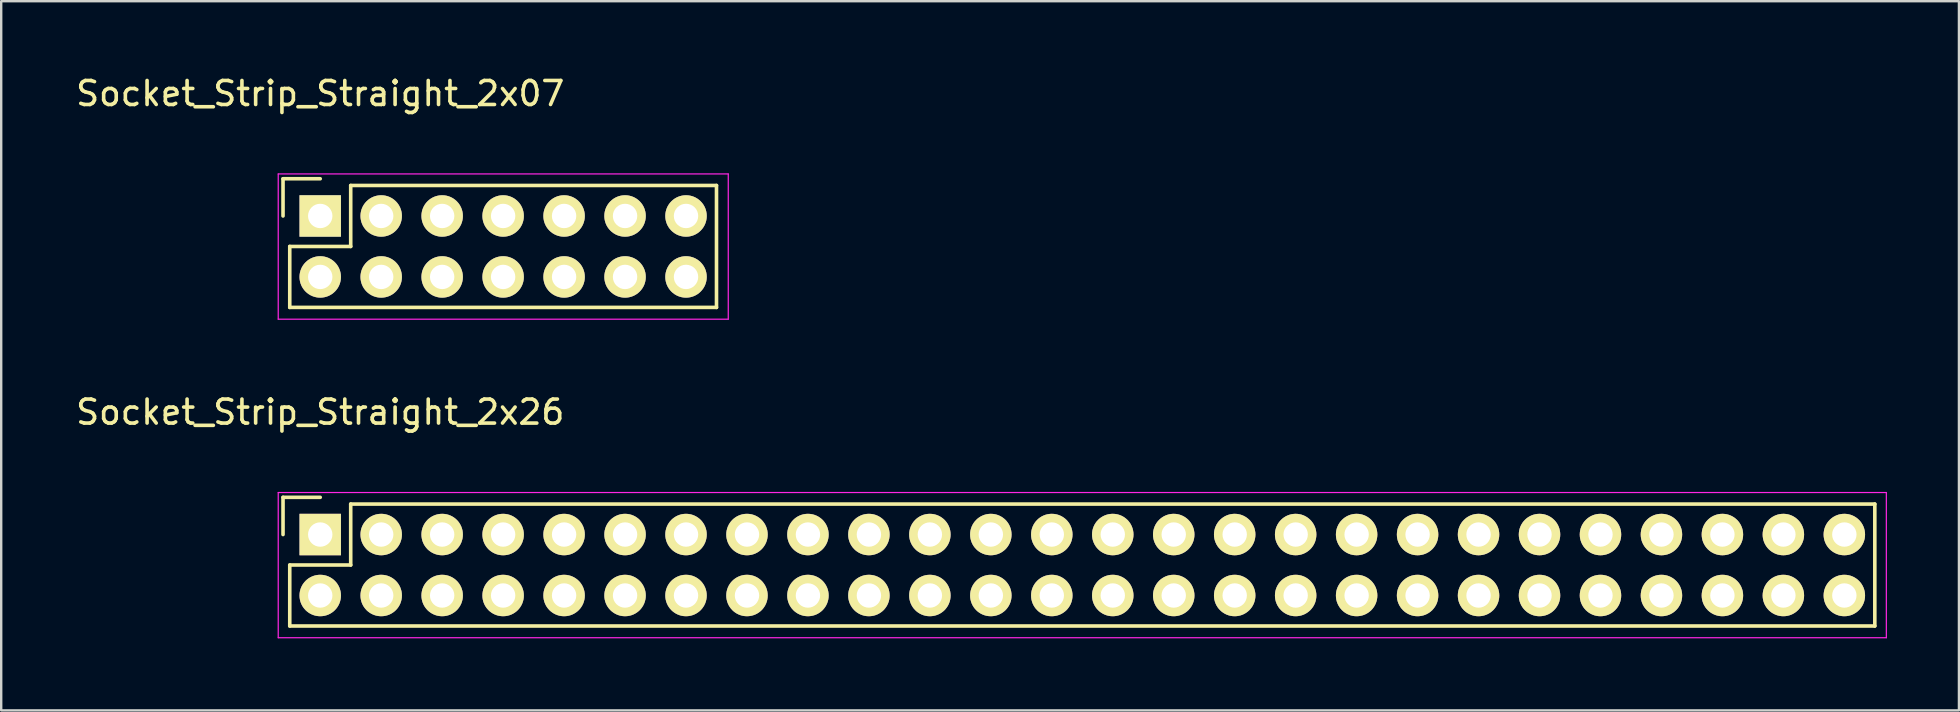
<source format=kicad_pcb>
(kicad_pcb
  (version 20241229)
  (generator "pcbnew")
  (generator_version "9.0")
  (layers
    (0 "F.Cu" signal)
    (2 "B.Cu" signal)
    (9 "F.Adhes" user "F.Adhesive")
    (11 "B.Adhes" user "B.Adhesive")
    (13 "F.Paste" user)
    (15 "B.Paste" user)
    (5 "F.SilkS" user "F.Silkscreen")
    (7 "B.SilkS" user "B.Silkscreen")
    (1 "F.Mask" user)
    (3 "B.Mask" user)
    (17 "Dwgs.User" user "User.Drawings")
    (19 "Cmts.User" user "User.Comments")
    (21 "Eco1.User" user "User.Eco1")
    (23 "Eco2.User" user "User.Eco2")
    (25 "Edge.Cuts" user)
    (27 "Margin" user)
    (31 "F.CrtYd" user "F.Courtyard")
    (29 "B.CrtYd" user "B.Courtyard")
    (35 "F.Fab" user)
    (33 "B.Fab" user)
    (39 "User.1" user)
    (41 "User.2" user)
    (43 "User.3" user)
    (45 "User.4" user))
  (footprint "Socket_Strip_Straight_2x26"
    (layer "F.Cu")
    (at 10.292 19.221)
    (property "Reference" "Socket_Strip_Straight_2x26" (at 0 -5.1 0) (layer "F.SilkS") (effects (font (size 1 1) (thickness 0.15))))
    (attr through_hole)
    (fp_line (start -1.55 -1.55) (end -1.55 0) (stroke (width 0.15) (type solid)) (layer "F.SilkS"))
    (fp_line (start -1.27 1.27) (end 1.27 1.27) (stroke (width 0.15) (type solid)) (layer "F.SilkS"))
    (fp_line (start -1.27 3.81) (end -1.27 1.27) (stroke (width 0.15) (type solid)) (layer "F.SilkS"))
    (fp_line (start -1.27 3.81) (end 64.77 3.81) (stroke (width 0.15) (type solid)) (layer "F.SilkS"))
    (fp_line (start 0 -1.55) (end -1.55 -1.55) (stroke (width 0.15) (type solid)) (layer "F.SilkS"))
    (fp_line (start 1.27 1.27) (end 1.27 -1.27) (stroke (width 0.15) (type solid)) (layer "F.SilkS"))
    (fp_line (start 64.77 -1.27) (end 1.27 -1.27) (stroke (width 0.15) (type solid)) (layer "F.SilkS"))
    (fp_line (start 64.77 3.81) (end 64.77 -1.27) (stroke (width 0.15) (type solid)) (layer "F.SilkS"))
    (fp_line (start -1.75 -1.75) (end -1.75 4.3) (stroke (width 0.05) (type solid)) (layer "F.CrtYd"))
    (fp_line (start -1.75 -1.75) (end 65.25 -1.75) (stroke (width 0.05) (type solid)) (layer "F.CrtYd"))
    (fp_line (start -1.75 4.3) (end 65.25 4.3) (stroke (width 0.05) (type solid)) (layer "F.CrtYd"))
    (fp_line (start 65.25 -1.75) (end 65.25 4.3) (stroke (width 0.05) (type solid)) (layer "F.CrtYd"))
    (pad "1" thru_hole rect (at 0 0) (size 1.727 1.727) (drill 1.016) (layers "*.Cu" "*.Mask" "F.SilkS"))
    (pad "2" thru_hole oval (at 0 2.54) (size 1.727 1.727) (drill 1.016) (layers "*.Cu" "*.Mask" "F.SilkS"))
    (pad "3" thru_hole oval (at 2.54 0) (size 1.727 1.727) (drill 1.016) (layers "*.Cu" "*.Mask" "F.SilkS"))
    (pad "4" thru_hole oval (at 2.54 2.54) (size 1.727 1.727) (drill 1.016) (layers "*.Cu" "*.Mask" "F.SilkS"))
    (pad "5" thru_hole oval (at 5.08 0) (size 1.727 1.727) (drill 1.016) (layers "*.Cu" "*.Mask" "F.SilkS"))
    (pad "6" thru_hole oval (at 5.08 2.54) (size 1.727 1.727) (drill 1.016) (layers "*.Cu" "*.Mask" "F.SilkS"))
    (pad "7" thru_hole oval (at 7.62 0) (size 1.727 1.727) (drill 1.016) (layers "*.Cu" "*.Mask" "F.SilkS"))
    (pad "8" thru_hole oval (at 7.62 2.54) (size 1.727 1.727) (drill 1.016) (layers "*.Cu" "*.Mask" "F.SilkS"))
    (pad "9" thru_hole oval (at 10.16 0) (size 1.727 1.727) (drill 1.016) (layers "*.Cu" "*.Mask" "F.SilkS"))
    (pad "10" thru_hole oval (at 10.16 2.54) (size 1.727 1.727) (drill 1.016) (layers "*.Cu" "*.Mask" "F.SilkS"))
    (pad "11" thru_hole oval (at 12.7 0) (size 1.727 1.727) (drill 1.016) (layers "*.Cu" "*.Mask" "F.SilkS"))
    (pad "12" thru_hole oval (at 12.7 2.54) (size 1.727 1.727) (drill 1.016) (layers "*.Cu" "*.Mask" "F.SilkS"))
    (pad "13" thru_hole oval (at 15.24 0) (size 1.727 1.727) (drill 1.016) (layers "*.Cu" "*.Mask" "F.SilkS"))
    (pad "14" thru_hole oval (at 15.24 2.54) (size 1.727 1.727) (drill 1.016) (layers "*.Cu" "*.Mask" "F.SilkS"))
    (pad "15" thru_hole oval (at 17.78 0) (size 1.727 1.727) (drill 1.016) (layers "*.Cu" "*.Mask" "F.SilkS"))
    (pad "16" thru_hole oval (at 17.78 2.54) (size 1.727 1.727) (drill 1.016) (layers "*.Cu" "*.Mask" "F.SilkS"))
    (pad "17" thru_hole oval (at 20.32 0) (size 1.727 1.727) (drill 1.016) (layers "*.Cu" "*.Mask" "F.SilkS"))
    (pad "18" thru_hole oval (at 20.32 2.54) (size 1.727 1.727) (drill 1.016) (layers "*.Cu" "*.Mask" "F.SilkS"))
    (pad "19" thru_hole oval (at 22.86 0) (size 1.727 1.727) (drill 1.016) (layers "*.Cu" "*.Mask" "F.SilkS"))
    (pad "20" thru_hole oval (at 22.86 2.54) (size 1.727 1.727) (drill 1.016) (layers "*.Cu" "*.Mask" "F.SilkS"))
    (pad "21" thru_hole oval (at 25.4 0) (size 1.727 1.727) (drill 1.016) (layers "*.Cu" "*.Mask" "F.SilkS"))
    (pad "22" thru_hole oval (at 25.4 2.54) (size 1.727 1.727) (drill 1.016) (layers "*.Cu" "*.Mask" "F.SilkS"))
    (pad "23" thru_hole oval (at 27.94 0) (size 1.727 1.727) (drill 1.016) (layers "*.Cu" "*.Mask" "F.SilkS"))
    (pad "24" thru_hole oval (at 27.94 2.54) (size 1.727 1.727) (drill 1.016) (layers "*.Cu" "*.Mask" "F.SilkS"))
    (pad "25" thru_hole oval (at 30.48 0) (size 1.727 1.727) (drill 1.016) (layers "*.Cu" "*.Mask" "F.SilkS"))
    (pad "26" thru_hole oval (at 30.48 2.54) (size 1.727 1.727) (drill 1.016) (layers "*.Cu" "*.Mask" "F.SilkS"))
    (pad "27" thru_hole oval (at 33.02 0) (size 1.727 1.727) (drill 1.016) (layers "*.Cu" "*.Mask" "F.SilkS"))
    (pad "28" thru_hole oval (at 33.02 2.54) (size 1.727 1.727) (drill 1.016) (layers "*.Cu" "*.Mask" "F.SilkS"))
    (pad "29" thru_hole oval (at 35.56 0) (size 1.727 1.727) (drill 1.016) (layers "*.Cu" "*.Mask" "F.SilkS"))
    (pad "30" thru_hole oval (at 35.56 2.54) (size 1.727 1.727) (drill 1.016) (layers "*.Cu" "*.Mask" "F.SilkS"))
    (pad "31" thru_hole oval (at 38.1 0) (size 1.727 1.727) (drill 1.016) (layers "*.Cu" "*.Mask" "F.SilkS"))
    (pad "32" thru_hole oval (at 38.1 2.54) (size 1.727 1.727) (drill 1.016) (layers "*.Cu" "*.Mask" "F.SilkS"))
    (pad "33" thru_hole oval (at 40.64 0) (size 1.727 1.727) (drill 1.016) (layers "*.Cu" "*.Mask" "F.SilkS"))
    (pad "34" thru_hole oval (at 40.64 2.54) (size 1.727 1.727) (drill 1.016) (layers "*.Cu" "*.Mask" "F.SilkS"))
    (pad "35" thru_hole oval (at 43.18 0) (size 1.727 1.727) (drill 1.016) (layers "*.Cu" "*.Mask" "F.SilkS"))
    (pad "36" thru_hole oval (at 43.18 2.54) (size 1.727 1.727) (drill 1.016) (layers "*.Cu" "*.Mask" "F.SilkS"))
    (pad "37" thru_hole oval (at 45.72 0) (size 1.727 1.727) (drill 1.016) (layers "*.Cu" "*.Mask" "F.SilkS"))
    (pad "38" thru_hole oval (at 45.72 2.54) (size 1.727 1.727) (drill 1.016) (layers "*.Cu" "*.Mask" "F.SilkS"))
    (pad "39" thru_hole oval (at 48.26 0) (size 1.727 1.727) (drill 1.016) (layers "*.Cu" "*.Mask" "F.SilkS"))
    (pad "40" thru_hole oval (at 48.26 2.54) (size 1.727 1.727) (drill 1.016) (layers "*.Cu" "*.Mask" "F.SilkS"))
    (pad "41" thru_hole oval (at 50.8 0) (size 1.727 1.727) (drill 1.016) (layers "*.Cu" "*.Mask" "F.SilkS"))
    (pad "42" thru_hole oval (at 50.8 2.54) (size 1.727 1.727) (drill 1.016) (layers "*.Cu" "*.Mask" "F.SilkS"))
    (pad "43" thru_hole oval (at 53.34 0) (size 1.727 1.727) (drill 1.016) (layers "*.Cu" "*.Mask" "F.SilkS"))
    (pad "44" thru_hole oval (at 53.34 2.54) (size 1.727 1.727) (drill 1.016) (layers "*.Cu" "*.Mask" "F.SilkS"))
    (pad "45" thru_hole oval (at 55.88 0) (size 1.727 1.727) (drill 1.016) (layers "*.Cu" "*.Mask" "F.SilkS"))
    (pad "46" thru_hole oval (at 55.88 2.54) (size 1.727 1.727) (drill 1.016) (layers "*.Cu" "*.Mask" "F.SilkS"))
    (pad "47" thru_hole oval (at 58.42 0) (size 1.727 1.727) (drill 1.016) (layers "*.Cu" "*.Mask" "F.SilkS"))
    (pad "48" thru_hole oval (at 58.42 2.54) (size 1.727 1.727) (drill 1.016) (layers "*.Cu" "*.Mask" "F.SilkS"))
    (pad "49" thru_hole oval (at 60.96 0) (size 1.727 1.727) (drill 1.016) (layers "*.Cu" "*.Mask" "F.SilkS"))
    (pad "50" thru_hole oval (at 60.96 2.54) (size 1.727 1.727) (drill 1.016) (layers "*.Cu" "*.Mask" "F.SilkS"))
    (pad "51" thru_hole oval (at 63.5 0) (size 1.727 1.727) (drill 1.016) (layers "*.Cu" "*.Mask" "F.SilkS"))
    (pad "52" thru_hole oval (at 63.5 2.54) (size 1.727 1.727) (drill 1.016) (layers "*.Cu" "*.Mask" "F.SilkS")))
  (footprint "Socket_Strip_Straight_2x07"
    (layer "F.Cu")
    (at 10.292 5.948)
    (property "Reference" "Socket_Strip_Straight_2x07" (at 0 -5.1 0) (layer "F.SilkS") (effects (font (size 1 1) (thickness 0.15))))
    (attr through_hole)
    (fp_line (start -1.55 -1.55) (end -1.55 0) (stroke (width 0.15) (type solid)) (layer "F.SilkS"))
    (fp_line (start -1.27 1.27) (end 1.27 1.27) (stroke (width 0.15) (type solid)) (layer "F.SilkS"))
    (fp_line (start -1.27 3.81) (end -1.27 1.27) (stroke (width 0.15) (type solid)) (layer "F.SilkS"))
    (fp_line (start 0 -1.55) (end -1.55 -1.55) (stroke (width 0.15) (type solid)) (layer "F.SilkS"))
    (fp_line (start 1.27 -1.27) (end 16.51 -1.27) (stroke (width 0.15) (type solid)) (layer "F.SilkS"))
    (fp_line (start 1.27 1.27) (end 1.27 -1.27) (stroke (width 0.15) (type solid)) (layer "F.SilkS"))
    (fp_line (start 16.51 3.81) (end -1.27 3.81) (stroke (width 0.15) (type solid)) (layer "F.SilkS"))
    (fp_line (start 16.51 3.81) (end 16.51 -1.27) (stroke (width 0.15) (type solid)) (layer "F.SilkS"))
    (fp_line (start -1.75 -1.75) (end -1.75 4.3) (stroke (width 0.05) (type solid)) (layer "F.CrtYd"))
    (fp_line (start -1.75 -1.75) (end 17 -1.75) (stroke (width 0.05) (type solid)) (layer "F.CrtYd"))
    (fp_line (start -1.75 4.3) (end 17 4.3) (stroke (width 0.05) (type solid)) (layer "F.CrtYd"))
    (fp_line (start 17 -1.75) (end 17 4.3) (stroke (width 0.05) (type solid)) (layer "F.CrtYd"))
    (pad "1" thru_hole rect (at 0 0) (size 1.727 1.727) (drill 1.016) (layers "*.Cu" "*.Mask" "F.SilkS"))
    (pad "2" thru_hole oval (at 0 2.54) (size 1.727 1.727) (drill 1.016) (layers "*.Cu" "*.Mask" "F.SilkS"))
    (pad "3" thru_hole oval (at 2.54 0) (size 1.727 1.727) (drill 1.016) (layers "*.Cu" "*.Mask" "F.SilkS"))
    (pad "4" thru_hole oval (at 2.54 2.54) (size 1.727 1.727) (drill 1.016) (layers "*.Cu" "*.Mask" "F.SilkS"))
    (pad "5" thru_hole oval (at 5.08 0) (size 1.727 1.727) (drill 1.016) (layers "*.Cu" "*.Mask" "F.SilkS"))
    (pad "6" thru_hole oval (at 5.08 2.54) (size 1.727 1.727) (drill 1.016) (layers "*.Cu" "*.Mask" "F.SilkS"))
    (pad "7" thru_hole oval (at 7.62 0) (size 1.727 1.727) (drill 1.016) (layers "*.Cu" "*.Mask" "F.SilkS"))
    (pad "8" thru_hole oval (at 7.62 2.54) (size 1.727 1.727) (drill 1.016) (layers "*.Cu" "*.Mask" "F.SilkS"))
    (pad "9" thru_hole oval (at 10.16 0) (size 1.727 1.727) (drill 1.016) (layers "*.Cu" "*.Mask" "F.SilkS"))
    (pad "10" thru_hole oval (at 10.16 2.54) (size 1.727 1.727) (drill 1.016) (layers "*.Cu" "*.Mask" "F.SilkS"))
    (pad "11" thru_hole oval (at 12.7 0) (size 1.727 1.727) (drill 1.016) (layers "*.Cu" "*.Mask" "F.SilkS"))
    (pad "12" thru_hole oval (at 12.7 2.54) (size 1.727 1.727) (drill 1.016) (layers "*.Cu" "*.Mask" "F.SilkS"))
    (pad "13" thru_hole oval (at 15.24 0) (size 1.727 1.727) (drill 1.016) (layers "*.Cu" "*.Mask" "F.SilkS"))
    (pad "14" thru_hole oval (at 15.24 2.54) (size 1.727 1.727) (drill 1.016) (layers "*.Cu" "*.Mask" "F.SilkS")))
  (gr_rect
    (start -3 -3)
    (end 78.567 26.547)
    (stroke (width 0.1) (type default))
    (fill no)
    (layer "Edge.Cuts")))
</source>
